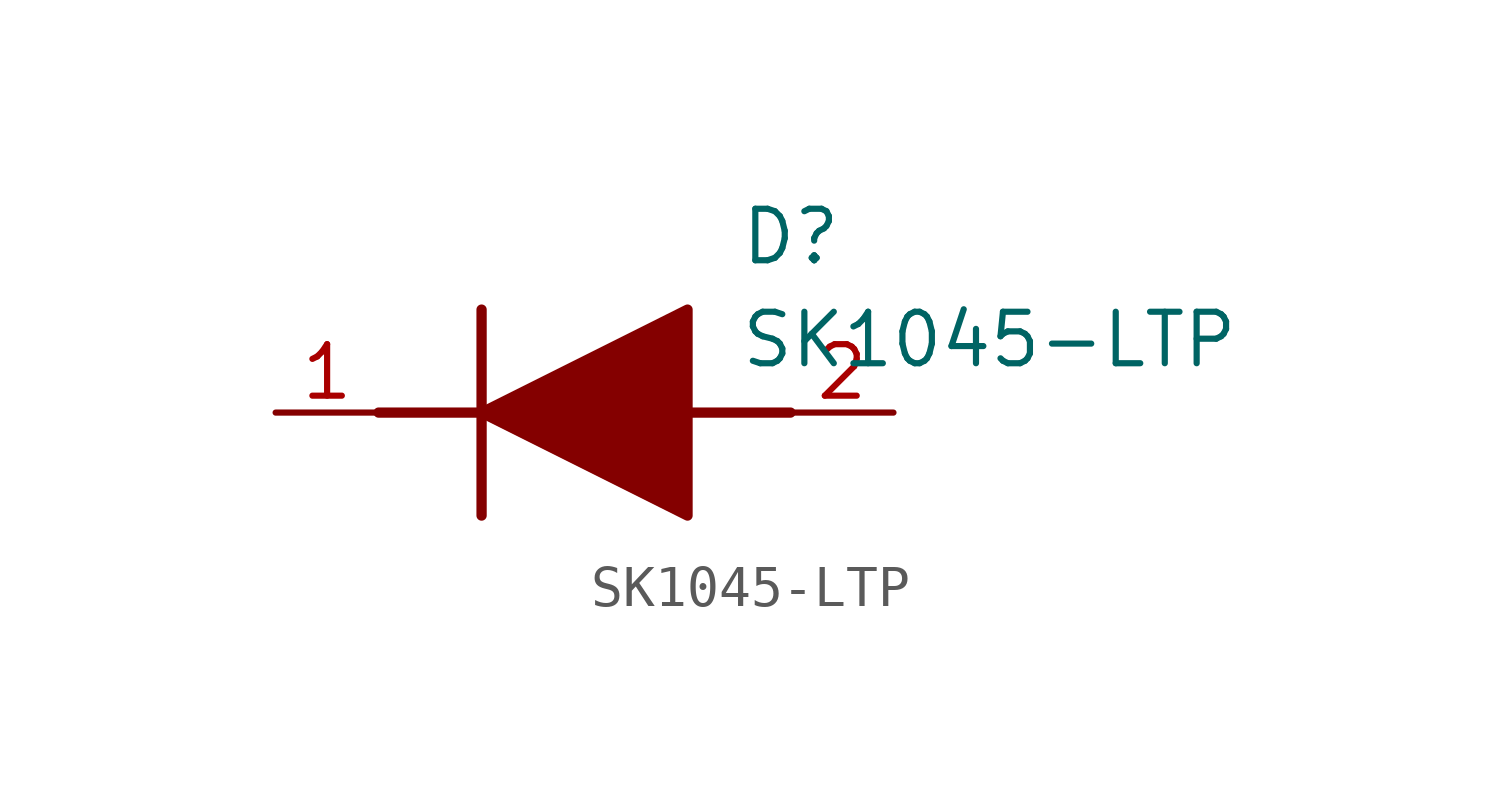
<source format=kicad_sym>
(kicad_symbol_lib
  (version 20211014)
  (generator SamacSys_ECAD_Model)
  (symbol "SK1045-LTP"
    (pin_names hide)
    (property "Reference" "D"
      (at 11.43 5.08 0)
      (effects (font (size 1.27 1.27)) (justify left top)))
    (property "Value" "SK1045-LTP"
      (at 11.43 2.54 0)
      (effects (font (size 1.27 1.27)) (justify left top)))
    (polyline
      (pts (xy 5.08 2.54) (xy 5.08 -2.54))
      (stroke (width 0.254) (type default))
      (fill (type none)))
    (polyline
      (pts (xy 2.54 0) (xy 5.08 0))
      (stroke (width 0.254) (type default))
      (fill (type none)))
    (polyline
      (pts (xy 10.16 0) (xy 12.7 0))
      (stroke (width 0.254) (type default))
      (fill (type none)))
    (polyline
      (pts (xy 5.08 0) (xy 10.16 2.54) (xy 10.16 -2.54) (xy 5.08 0))
      (stroke (width 0.254) (type default))
      (fill (type outline)))
    (pin passive line
      (at 0 0 0)
      (length 2.54)
      (name "K" (effects (font (size 1.27 1.27))))
      (number "1" (effects (font (size 1.27 1.27)))))
    (pin passive line
      (at 15.24 0 180)
      (length 2.54)
      (name "A" (effects (font (size 1.27 1.27))))
      (number "2" (effects (font (size 1.27 1.27)))))))
</source>
